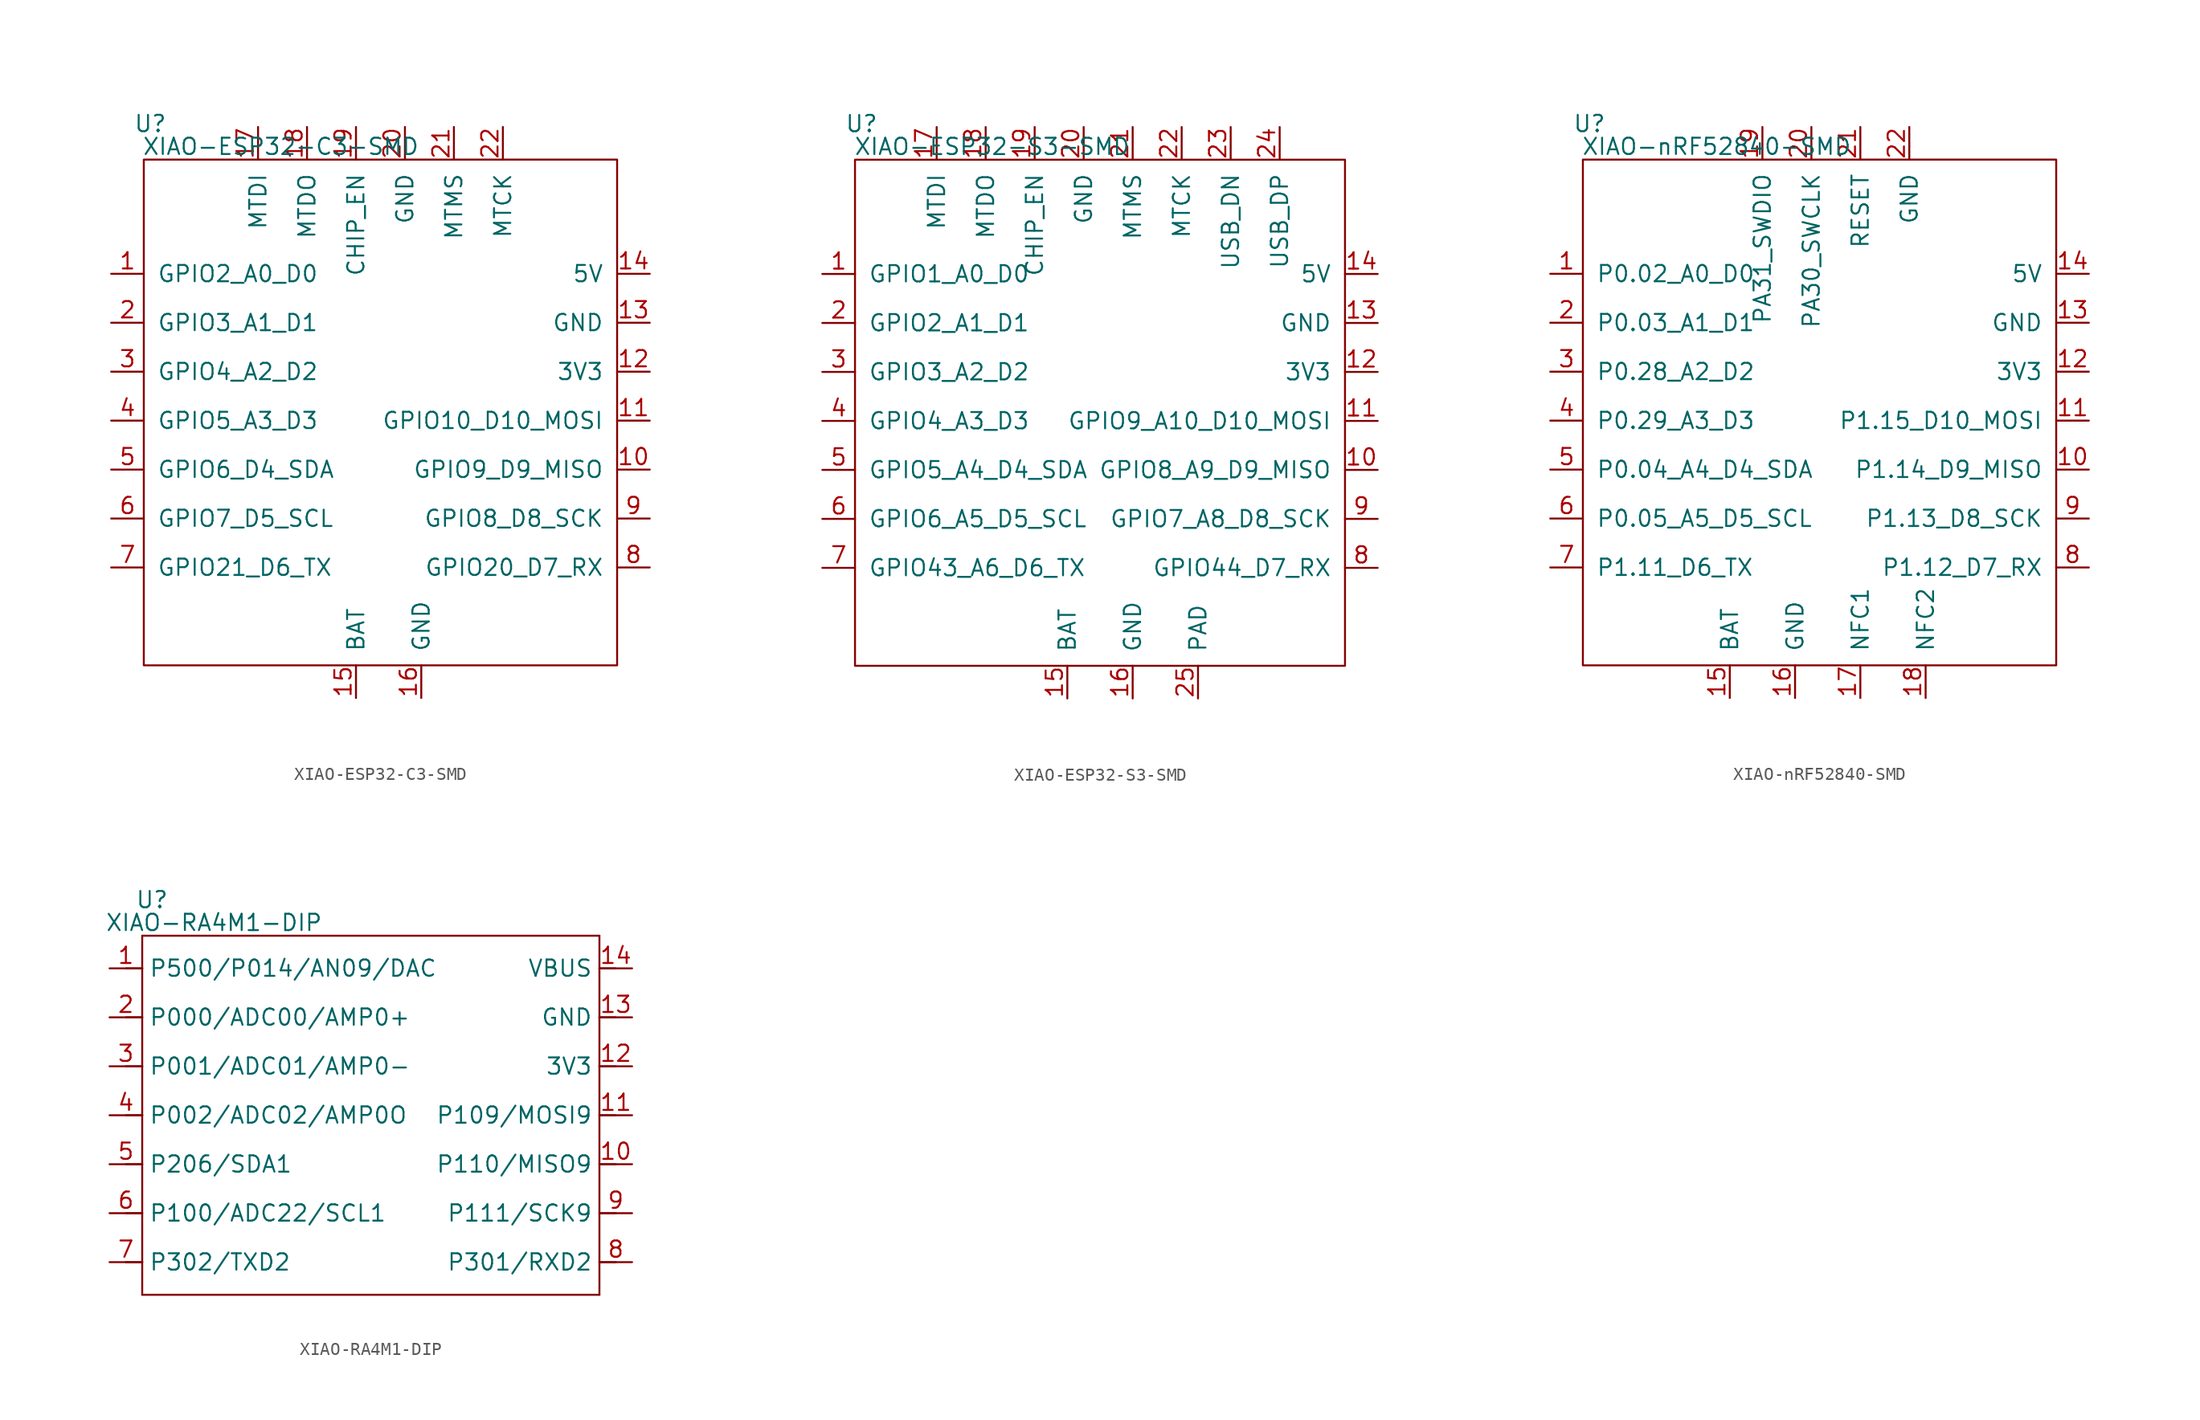
<source format=kicad_sym>
(kicad_symbol_lib
  (version 20241209)
  (generator "kicad_symbol_editor")
  (generator_version "9.0")
  (symbol "XIAO-ESP32-C3-SMD"
    (pin_names
      (offset 1.016))
    (property "Reference" "U"
      (at -18.542 23.114 0)
      (effects (font (size 1.27 1.27))))
    (property "Value" "XIAO-ESP32-C3-SMD"
      (at -8.382 21.336 0)
      (effects (font (size 1.27 1.27))))
    (symbol "XIAO-ESP32-C3-SMD_0_1"
      (rectangle (start -19.05 20.32) (end 17.78 -19.05) (stroke (width 0) (type default)) (fill (type none))))
    (symbol "XIAO-ESP32-C3-SMD_1_1"
      (pin passive line (at -21.59 11.43 0) (length 2.54) (name "GPIO2_A0_D0" (effects (font (size 1.27 1.27)))) (number "1" (effects (font (size 1.27 1.27)))))
      (pin passive line (at -21.59 7.62 0) (length 2.54) (name "GPIO3_A1_D1" (effects (font (size 1.27 1.27)))) (number "2" (effects (font (size 1.27 1.27)))))
      (pin passive line (at -21.59 3.81 0) (length 2.54) (name "GPIO4_A2_D2" (effects (font (size 1.27 1.27)))) (number "3" (effects (font (size 1.27 1.27)))))
      (pin passive line (at -21.59 0 0) (length 2.54) (name "GPIO5_A3_D3" (effects (font (size 1.27 1.27)))) (number "4" (effects (font (size 1.27 1.27)))))
      (pin passive line (at -21.59 -3.81 0) (length 2.54) (name "GPIO6_D4_SDA" (effects (font (size 1.27 1.27)))) (number "5" (effects (font (size 1.27 1.27)))))
      (pin passive line (at -21.59 -7.62 0) (length 2.54) (name "GPIO7_D5_SCL" (effects (font (size 1.27 1.27)))) (number "6" (effects (font (size 1.27 1.27)))))
      (pin passive line (at -21.59 -11.43 0) (length 2.54) (name "GPIO21_D6_TX" (effects (font (size 1.27 1.27)))) (number "7" (effects (font (size 1.27 1.27)))))
      (pin passive line (at -10.16 22.86 270) (length 2.54) (name "MTDI" (effects (font (size 1.27 1.27)))) (number "17" (effects (font (size 1.27 1.27)))))
      (pin passive line (at -6.35 22.86 270) (length 2.54) (name "MTDO" (effects (font (size 1.27 1.27)))) (number "18" (effects (font (size 1.27 1.27)))))
      (pin passive line (at -2.54 22.86 270) (length 2.54) (name "CHIP_EN" (effects (font (size 1.27 1.27)))) (number "19" (effects (font (size 1.27 1.27)))))
      (pin passive line (at -2.54 -21.59 90) (length 2.54) (name "BAT" (effects (font (size 1.27 1.27)))) (number "15" (effects (font (size 1.27 1.27)))))
      (pin passive line (at 1.27 22.86 270) (length 2.54) (name "GND" (effects (font (size 1.27 1.27)))) (number "20" (effects (font (size 1.27 1.27)))))
      (pin passive line (at 2.54 -21.59 90) (length 2.54) (name "GND" (effects (font (size 1.27 1.27)))) (number "16" (effects (font (size 1.27 1.27)))))
      (pin passive line (at 5.08 22.86 270) (length 2.54) (name "MTMS" (effects (font (size 1.27 1.27)))) (number "21" (effects (font (size 1.27 1.27)))))
      (pin passive line (at 8.89 22.86 270) (length 2.54) (name "MTCK" (effects (font (size 1.27 1.27)))) (number "22" (effects (font (size 1.27 1.27)))))
      (pin passive line (at 20.32 11.43 180) (length 2.54) (name "5V" (effects (font (size 1.27 1.27)))) (number "14" (effects (font (size 1.27 1.27)))))
      (pin passive line (at 20.32 7.62 180) (length 2.54) (name "GND" (effects (font (size 1.27 1.27)))) (number "13" (effects (font (size 1.27 1.27)))))
      (pin passive line (at 20.32 3.81 180) (length 2.54) (name "3V3" (effects (font (size 1.27 1.27)))) (number "12" (effects (font (size 1.27 1.27)))))
      (pin passive line (at 20.32 0 180) (length 2.54) (name "GPIO10_D10_MOSI" (effects (font (size 1.27 1.27)))) (number "11" (effects (font (size 1.27 1.27)))))
      (pin passive line (at 20.32 -3.81 180) (length 2.54) (name "GPIO9_D9_MISO" (effects (font (size 1.27 1.27)))) (number "10" (effects (font (size 1.27 1.27)))))
      (pin passive line (at 20.32 -7.62 180) (length 2.54) (name "GPIO8_D8_SCK" (effects (font (size 1.27 1.27)))) (number "9" (effects (font (size 1.27 1.27)))))
      (pin passive line (at 20.32 -11.43 180) (length 2.54) (name "GPIO20_D7_RX" (effects (font (size 1.27 1.27)))) (number "8" (effects (font (size 1.27 1.27)))))))
  (symbol "XIAO-ESP32-S3-SMD"
    (pin_names
      (offset 1.016))
    (property "Reference" "U"
      (at -18.542 23.114 0)
      (effects (font (size 1.27 1.27))))
    (property "Value" "XIAO-ESP32-S3-SMD"
      (at -8.382 21.336 0)
      (effects (font (size 1.27 1.27))))
    (symbol "XIAO-ESP32-S3-SMD_0_1"
      (rectangle (start 19.05 -19.05) (end -19.05 20.32) (stroke (width 0) (type default)) (fill (type none))))
    (symbol "XIAO-ESP32-S3-SMD_1_1"
      (pin passive line (at -21.59 11.43 0) (length 2.54) (name "GPIO1_A0_D0" (effects (font (size 1.27 1.27)))) (number "1" (effects (font (size 1.27 1.27)))))
      (pin passive line (at -21.59 7.62 0) (length 2.54) (name "GPIO2_A1_D1" (effects (font (size 1.27 1.27)))) (number "2" (effects (font (size 1.27 1.27)))))
      (pin passive line (at -21.59 3.81 0) (length 2.54) (name "GPIO3_A2_D2" (effects (font (size 1.27 1.27)))) (number "3" (effects (font (size 1.27 1.27)))))
      (pin passive line (at -21.59 0 0) (length 2.54) (name "GPIO4_A3_D3" (effects (font (size 1.27 1.27)))) (number "4" (effects (font (size 1.27 1.27)))))
      (pin passive line (at -21.59 -3.81 0) (length 2.54) (name "GPIO5_A4_D4_SDA" (effects (font (size 1.27 1.27)))) (number "5" (effects (font (size 1.27 1.27)))))
      (pin passive line (at -21.59 -7.62 0) (length 2.54) (name "GPIO6_A5_D5_SCL" (effects (font (size 1.27 1.27)))) (number "6" (effects (font (size 1.27 1.27)))))
      (pin passive line (at -21.59 -11.43 0) (length 2.54) (name "GPIO43_A6_D6_TX" (effects (font (size 1.27 1.27)))) (number "7" (effects (font (size 1.27 1.27)))))
      (pin passive line (at -12.7 22.86 270) (length 2.54) (name "MTDI" (effects (font (size 1.27 1.27)))) (number "17" (effects (font (size 1.27 1.27)))))
      (pin passive line (at -8.89 22.86 270) (length 2.54) (name "MTDO" (effects (font (size 1.27 1.27)))) (number "18" (effects (font (size 1.27 1.27)))))
      (pin passive line (at -5.08 22.86 270) (length 2.54) (name "CHIP_EN" (effects (font (size 1.27 1.27)))) (number "19" (effects (font (size 1.27 1.27)))))
      (pin passive line (at -2.54 -21.59 90) (length 2.54) (name "BAT" (effects (font (size 1.27 1.27)))) (number "15" (effects (font (size 1.27 1.27)))))
      (pin passive line (at -1.27 22.86 270) (length 2.54) (name "GND" (effects (font (size 1.27 1.27)))) (number "20" (effects (font (size 1.27 1.27)))))
      (pin passive line (at 2.54 22.86 270) (length 2.54) (name "MTMS" (effects (font (size 1.27 1.27)))) (number "21" (effects (font (size 1.27 1.27)))))
      (pin passive line (at 2.54 -21.59 90) (length 2.54) (name "GND" (effects (font (size 1.27 1.27)))) (number "16" (effects (font (size 1.27 1.27)))))
      (pin passive line (at 6.35 22.86 270) (length 2.54) (name "MTCK" (effects (font (size 1.27 1.27)))) (number "22" (effects (font (size 1.27 1.27)))))
      (pin passive line (at 7.62 -21.59 90) (length 2.54) (name "PAD" (effects (font (size 1.27 1.27)))) (number "25" (effects (font (size 1.27 1.27)))))
      (pin passive line (at 10.16 22.86 270) (length 2.54) (name "USB_DN" (effects (font (size 1.27 1.27)))) (number "23" (effects (font (size 1.27 1.27)))))
      (pin passive line (at 13.97 22.86 270) (length 2.54) (name "USB_DP" (effects (font (size 1.27 1.27)))) (number "24" (effects (font (size 1.27 1.27)))))
      (pin passive line (at 21.59 11.43 180) (length 2.54) (name "5V" (effects (font (size 1.27 1.27)))) (number "14" (effects (font (size 1.27 1.27)))))
      (pin passive line (at 21.59 7.62 180) (length 2.54) (name "GND" (effects (font (size 1.27 1.27)))) (number "13" (effects (font (size 1.27 1.27)))))
      (pin passive line (at 21.59 3.81 180) (length 2.54) (name "3V3" (effects (font (size 1.27 1.27)))) (number "12" (effects (font (size 1.27 1.27)))))
      (pin passive line (at 21.59 0 180) (length 2.54) (name "GPIO9_A10_D10_MOSI" (effects (font (size 1.27 1.27)))) (number "11" (effects (font (size 1.27 1.27)))))
      (pin passive line (at 21.59 -3.81 180) (length 2.54) (name "GPIO8_A9_D9_MISO" (effects (font (size 1.27 1.27)))) (number "10" (effects (font (size 1.27 1.27)))))
      (pin passive line (at 21.59 -7.62 180) (length 2.54) (name "GPIO7_A8_D8_SCK" (effects (font (size 1.27 1.27)))) (number "9" (effects (font (size 1.27 1.27)))))
      (pin passive line (at 21.59 -11.43 180) (length 2.54) (name "GPIO44_D7_RX" (effects (font (size 1.27 1.27)))) (number "8" (effects (font (size 1.27 1.27)))))))
  (symbol "XIAO-nRF52840-SMD"
    (pin_names
      (offset 1.016))
    (property "Reference" "U"
      (at -18.542 23.114 0)
      (effects (font (size 1.27 1.27))))
    (property "Value" "XIAO-nRF52840-SMD"
      (at -8.636 21.336 0)
      (effects (font (size 1.27 1.27))))
    (symbol "XIAO-nRF52840-SMD_0_1"
      (rectangle (start -19.05 20.32) (end 17.78 -19.05) (stroke (width 0) (type default)) (fill (type none))))
    (symbol "XIAO-nRF52840-SMD_1_1"
      (pin passive line (at -21.59 11.43 0) (length 2.54) (name "P0.02_A0_D0" (effects (font (size 1.27 1.27)))) (number "1" (effects (font (size 1.27 1.27)))))
      (pin passive line (at -21.59 7.62 0) (length 2.54) (name "P0.03_A1_D1" (effects (font (size 1.27 1.27)))) (number "2" (effects (font (size 1.27 1.27)))))
      (pin passive line (at -21.59 3.81 0) (length 2.54) (name "P0.28_A2_D2" (effects (font (size 1.27 1.27)))) (number "3" (effects (font (size 1.27 1.27)))))
      (pin passive line (at -21.59 0 0) (length 2.54) (name "P0.29_A3_D3" (effects (font (size 1.27 1.27)))) (number "4" (effects (font (size 1.27 1.27)))))
      (pin passive line (at -21.59 -3.81 0) (length 2.54) (name "P0.04_A4_D4_SDA" (effects (font (size 1.27 1.27)))) (number "5" (effects (font (size 1.27 1.27)))))
      (pin passive line (at -21.59 -7.62 0) (length 2.54) (name "P0.05_A5_D5_SCL" (effects (font (size 1.27 1.27)))) (number "6" (effects (font (size 1.27 1.27)))))
      (pin passive line (at -21.59 -11.43 0) (length 2.54) (name "P1.11_D6_TX" (effects (font (size 1.27 1.27)))) (number "7" (effects (font (size 1.27 1.27)))))
      (pin passive line (at -7.62 -21.59 90) (length 2.54) (name "BAT" (effects (font (size 1.27 1.27)))) (number "15" (effects (font (size 1.27 1.27)))))
      (pin passive line (at -5.08 22.86 270) (length 2.54) (name "PA31_SWDIO" (effects (font (size 1.27 1.27)))) (number "19" (effects (font (size 1.27 1.27)))))
      (pin passive line (at -2.54 -21.59 90) (length 2.54) (name "GND" (effects (font (size 1.27 1.27)))) (number "16" (effects (font (size 1.27 1.27)))))
      (pin passive line (at -1.27 22.86 270) (length 2.54) (name "PA30_SWCLK" (effects (font (size 1.27 1.27)))) (number "20" (effects (font (size 1.27 1.27)))))
      (pin passive line (at 2.54 22.86 270) (length 2.54) (name "RESET" (effects (font (size 1.27 1.27)))) (number "21" (effects (font (size 1.27 1.27)))))
      (pin passive line (at 2.54 -21.59 90) (length 2.54) (name "NFC1" (effects (font (size 1.27 1.27)))) (number "17" (effects (font (size 1.27 1.27)))))
      (pin passive line (at 6.35 22.86 270) (length 2.54) (name "GND" (effects (font (size 1.27 1.27)))) (number "22" (effects (font (size 1.27 1.27)))))
      (pin passive line (at 7.62 -21.59 90) (length 2.54) (name "NFC2" (effects (font (size 1.27 1.27)))) (number "18" (effects (font (size 1.27 1.27)))))
      (pin passive line (at 20.32 11.43 180) (length 2.54) (name "5V" (effects (font (size 1.27 1.27)))) (number "14" (effects (font (size 1.27 1.27)))))
      (pin passive line (at 20.32 7.62 180) (length 2.54) (name "GND" (effects (font (size 1.27 1.27)))) (number "13" (effects (font (size 1.27 1.27)))))
      (pin passive line (at 20.32 3.81 180) (length 2.54) (name "3V3" (effects (font (size 1.27 1.27)))) (number "12" (effects (font (size 1.27 1.27)))))
      (pin passive line (at 20.32 0 180) (length 2.54) (name "P1.15_D10_MOSI" (effects (font (size 1.27 1.27)))) (number "11" (effects (font (size 1.27 1.27)))))
      (pin passive line (at 20.32 -3.81 180) (length 2.54) (name "P1.14_D9_MISO" (effects (font (size 1.27 1.27)))) (number "10" (effects (font (size 1.27 1.27)))))
      (pin passive line (at 20.32 -7.62 180) (length 2.54) (name "P1.13_D8_SCK" (effects (font (size 1.27 1.27)))) (number "9" (effects (font (size 1.27 1.27)))))
      (pin passive line (at 20.32 -11.43 180) (length 2.54) (name "P1.12_D7_RX" (effects (font (size 1.27 1.27)))) (number "8" (effects (font (size 1.27 1.27)))))))
  (symbol "XIAO-RA4M1-DIP"
    (property "Reference" "U"
      (at 0.762 0.254 0)
      (effects (font (size 1.27 1.27))))
    (property "Value" "XIAO-RA4M1-DIP"
      (at 5.588 -1.524 0)
      (effects (font (size 1.27 1.27))))
    (symbol "XIAO-RA4M1-DIP_1_0"
      (polyline (pts (xy 0 -2.54) (xy 35.56 -2.54)) (stroke (width 0.152) (type solid)) (fill (type none)))
      (polyline (pts (xy 0 -5.08) (xy -1.27 -5.08)) (stroke (width 0.152) (type solid)) (fill (type none)))
      (polyline (pts (xy 0 -5.08) (xy 0 -2.54)) (stroke (width 0.152) (type solid)) (fill (type none)))
      (polyline (pts (xy 0 -8.89) (xy -1.27 -8.89)) (stroke (width 0.152) (type solid)) (fill (type none)))
      (polyline (pts (xy 0 -8.89) (xy 0 -5.08)) (stroke (width 0.152) (type solid)) (fill (type none)))
      (polyline (pts (xy 0 -12.7) (xy -1.27 -12.7)) (stroke (width 0.152) (type solid)) (fill (type none)))
      (polyline (pts (xy 0 -12.7) (xy 0 -8.89)) (stroke (width 0.152) (type solid)) (fill (type none)))
      (polyline (pts (xy 0 -16.51) (xy -1.27 -16.51)) (stroke (width 0.152) (type solid)) (fill (type none)))
      (polyline (pts (xy 0 -16.51) (xy 0 -12.7)) (stroke (width 0.152) (type solid)) (fill (type none)))
      (polyline (pts (xy 0 -20.32) (xy -1.27 -20.32)) (stroke (width 0.152) (type solid)) (fill (type none)))
      (polyline (pts (xy 0 -24.13) (xy -1.27 -24.13)) (stroke (width 0.152) (type solid)) (fill (type none)))
      (polyline (pts (xy 0 -27.94) (xy -1.27 -27.94)) (stroke (width 0.152) (type solid)) (fill (type none)))
      (polyline (pts (xy 0 -30.48) (xy 0 -16.51)) (stroke (width 0.152) (type solid)) (fill (type none)))
      (polyline (pts (xy 35.56 -2.54) (xy 35.56 -5.08)) (stroke (width 0.152) (type solid)) (fill (type none)))
      (polyline (pts (xy 35.56 -5.08) (xy 35.56 -8.89)) (stroke (width 0.152) (type solid)) (fill (type none)))
      (polyline (pts (xy 35.56 -8.89) (xy 35.56 -12.7)) (stroke (width 0.152) (type solid)) (fill (type none)))
      (polyline (pts (xy 35.56 -12.7) (xy 35.56 -30.48)) (stroke (width 0.152) (type solid)) (fill (type none)))
      (polyline (pts (xy 35.56 -30.48) (xy 0 -30.48)) (stroke (width 0.152) (type solid)) (fill (type none)))
      (polyline (pts (xy 36.83 -5.08) (xy 35.56 -5.08)) (stroke (width 0.152) (type solid)) (fill (type none)))
      (polyline (pts (xy 36.83 -8.89) (xy 35.56 -8.89)) (stroke (width 0.152) (type solid)) (fill (type none)))
      (polyline (pts (xy 36.83 -12.7) (xy 35.56 -12.7)) (stroke (width 0.152) (type solid)) (fill (type none)))
      (polyline (pts (xy 36.83 -16.51) (xy 35.56 -16.51)) (stroke (width 0.152) (type solid)) (fill (type none)))
      (polyline (pts (xy 36.83 -20.32) (xy 35.56 -20.32)) (stroke (width 0.152) (type solid)) (fill (type none)))
      (polyline (pts (xy 36.83 -24.13) (xy 35.56 -24.13)) (stroke (width 0.152) (type solid)) (fill (type none)))
      (polyline (pts (xy 36.83 -27.94) (xy 35.56 -27.94)) (stroke (width 0.152) (type solid)) (fill (type none)))
      (pin passive line (at -2.54 -5.08 0) (length 2.54) (name "P500/P014/AN09/DAC" (effects (font (size 1.27 1.27)))) (number "1" (effects (font (size 1.27 1.27)))))
      (pin passive line (at -2.54 -8.89 0) (length 2.54) (name "P000/ADC00/AMP0+" (effects (font (size 1.27 1.27)))) (number "2" (effects (font (size 1.27 1.27)))))
      (pin passive line (at -2.54 -12.7 0) (length 2.54) (name "P001/ADC01/AMP0-" (effects (font (size 1.27 1.27)))) (number "3" (effects (font (size 1.27 1.27)))))
      (pin passive line (at -2.54 -16.51 0) (length 2.54) (name "P002/ADC02/AMP0O" (effects (font (size 1.27 1.27)))) (number "4" (effects (font (size 1.27 1.27)))))
      (pin passive line (at -2.54 -20.32 0) (length 2.54) (name "P206/SDA1" (effects (font (size 1.27 1.27)))) (number "5" (effects (font (size 1.27 1.27)))))
      (pin passive line (at -2.54 -24.13 0) (length 2.54) (name "P100/ADC22/SCL1" (effects (font (size 1.27 1.27)))) (number "6" (effects (font (size 1.27 1.27)))))
      (pin passive line (at -2.54 -27.94 0) (length 2.54) (name "P302/TXD2" (effects (font (size 1.27 1.27)))) (number "7" (effects (font (size 1.27 1.27)))))
      (pin passive line (at 38.1 -5.08 180) (length 2.54) (name "VBUS" (effects (font (size 1.27 1.27)))) (number "14" (effects (font (size 1.27 1.27)))))
      (pin passive line (at 38.1 -8.89 180) (length 2.54) (name "GND" (effects (font (size 1.27 1.27)))) (number "13" (effects (font (size 1.27 1.27)))))
      (pin passive line (at 38.1 -12.7 180) (length 2.54) (name "3V3" (effects (font (size 1.27 1.27)))) (number "12" (effects (font (size 1.27 1.27)))))
      (pin passive line (at 38.1 -16.51 180) (length 2.54) (name "P109/MOSI9" (effects (font (size 1.27 1.27)))) (number "11" (effects (font (size 1.27 1.27)))))
      (pin passive line (at 38.1 -20.32 180) (length 2.54) (name "P110/MISO9" (effects (font (size 1.27 1.27)))) (number "10" (effects (font (size 1.27 1.27)))))
      (pin passive line (at 38.1 -24.13 180) (length 2.54) (name "P111/SCK9" (effects (font (size 1.27 1.27)))) (number "9" (effects (font (size 1.27 1.27)))))
      (pin passive line (at 38.1 -27.94 180) (length 2.54) (name "P301/RXD2" (effects (font (size 1.27 1.27)))) (number "8" (effects (font (size 1.27 1.27))))))))
</source>
